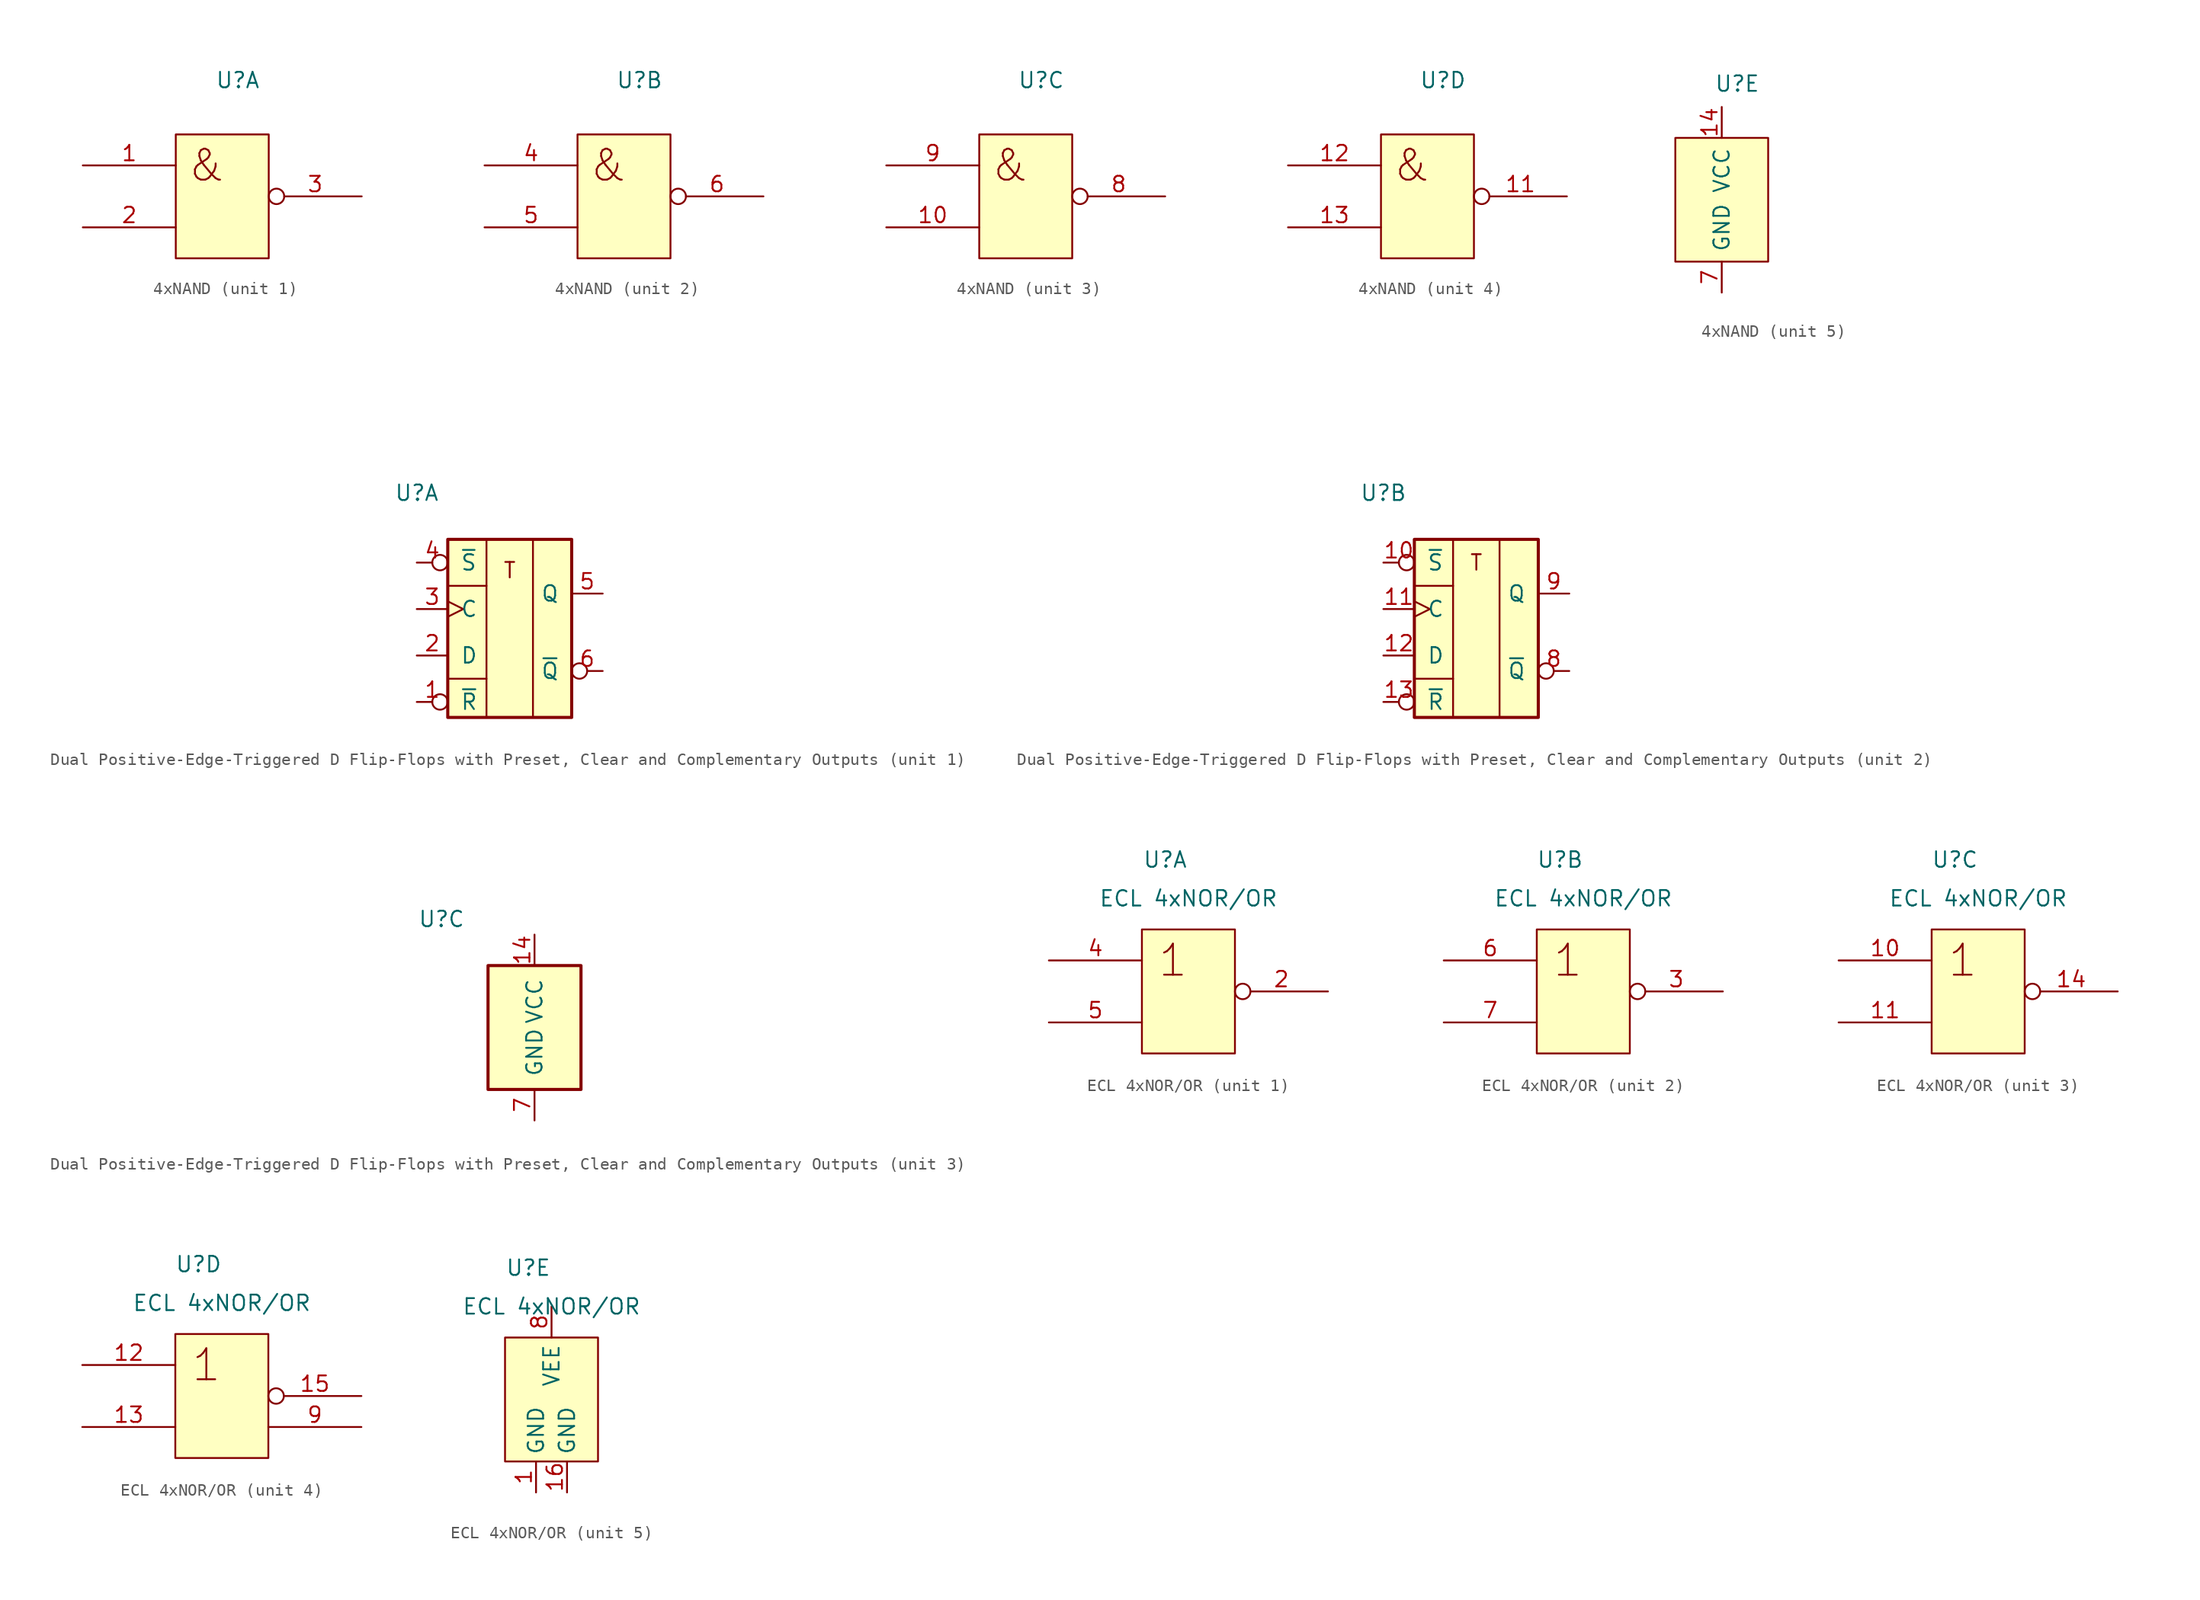
<source format=kicad_sym>
(kicad_symbol_lib
  (version 20220914)
  (generator kicad_symbol_editor)
  (symbol "4xNAND"
    (pin_names
      (offset 0.762))
    (property "Reference" "U"
      (at 1.27 9.525 0)
      (effects (font (size 1.27 1.27))))
    (property "Value" ""
      (at 12.065 10.16 0)
      (effects (font (size 1.27 1.27))))
    (symbol "4xNAND_0_1"
      (rectangle (start -3.81 5.08) (end 3.81 -5.08) (stroke (width 0) (type default)) (fill (type background))))
    (symbol "4xNAND_1_0"
      (text "&" (at -1.27 2.54 0) (effects (font (size 2.54 2.54)))))
    (symbol "4xNAND_1_1"
      (pin input line (at -11.43 2.54 0) (length 7.62) (name "~" (effects (font (size 1.27 1.27)))) (number "1" (effects (font (size 1.27 1.27)))))
      (pin input line (at -11.43 -2.54 0) (length 7.62) (name "~" (effects (font (size 1.27 1.27)))) (number "2" (effects (font (size 1.27 1.27)))))
      (pin output inverted (at 11.43 0 180) (length 7.62) (name "~" (effects (font (size 1.27 1.27)))) (number "3" (effects (font (size 1.27 1.27))))))
    (symbol "4xNAND_2_0"
      (text "&" (at -1.27 2.54 0) (effects (font (size 2.54 2.54)))))
    (symbol "4xNAND_2_1"
      (pin input line (at -11.43 2.54 0) (length 7.62) (name "~" (effects (font (size 1.27 1.27)))) (number "4" (effects (font (size 1.27 1.27)))))
      (pin input line (at -11.43 -2.54 0) (length 7.62) (name "~" (effects (font (size 1.27 1.27)))) (number "5" (effects (font (size 1.27 1.27)))))
      (pin output inverted (at 11.43 0 180) (length 7.62) (name "~" (effects (font (size 1.27 1.27)))) (number "6" (effects (font (size 1.27 1.27))))))
    (symbol "4xNAND_3_0"
      (text "&" (at -1.27 2.54 0) (effects (font (size 2.54 2.54)))))
    (symbol "4xNAND_3_1"
      (pin input line (at -11.43 -2.54 0) (length 7.62) (name "~" (effects (font (size 1.27 1.27)))) (number "10" (effects (font (size 1.27 1.27)))))
      (pin output inverted (at 11.43 0 180) (length 7.62) (name "~" (effects (font (size 1.27 1.27)))) (number "8" (effects (font (size 1.27 1.27)))))
      (pin input line (at -11.43 2.54 0) (length 7.62) (name "~" (effects (font (size 1.27 1.27)))) (number "9" (effects (font (size 1.27 1.27))))))
    (symbol "4xNAND_4_0"
      (text "&" (at -1.27 2.54 0) (effects (font (size 2.54 2.54)))))
    (symbol "4xNAND_4_1"
      (pin output inverted (at 11.43 0 180) (length 7.62) (name "~" (effects (font (size 1.27 1.27)))) (number "11" (effects (font (size 1.27 1.27)))))
      (pin input line (at -11.43 2.54 0) (length 7.62) (name "~" (effects (font (size 1.27 1.27)))) (number "12" (effects (font (size 1.27 1.27)))))
      (pin input line (at -11.43 -2.54 0) (length 7.62) (name "~" (effects (font (size 1.27 1.27)))) (number "13" (effects (font (size 1.27 1.27))))))
    (symbol "4xNAND_5_0"
      (pin power_in line (at 0 7.62 270) (length 2.54) (name "VCC" (effects (font (size 1.27 1.27)))) (number "14" (effects (font (size 1.27 1.27)))))
      (pin power_in line (at 0 -7.62 90) (length 2.54) (name "GND" (effects (font (size 1.27 1.27)))) (number "7" (effects (font (size 1.27 1.27)))))))
  (symbol "Dual Positive-Edge-Triggered D Flip-Flops with Preset, Clear and Complementary Outputs"
    (pin_names
      (offset 1.016))
    (property "Reference" "U"
      (at -7.62 8.89 0)
      (effects (font (size 1.27 1.27))))
    (property "Value" ""
      (at -7.62 13.97 0)
      (effects (font (size 1.27 1.27))))
    (property "ki_locked" ""
      (at 0 0 0)
      (effects (font (size 1.27 1.27))))
    (symbol "Dual Positive-Edge-Triggered D Flip-Flops with Preset, Clear and Complementary Outputs_1_0"
      (text "T" (at 0 2.54 0) (effects (font (size 1.27 1.27))))
      (pin input inverted (at -7.62 -8.255 0) (length 2.54) (name "~{R}" (effects (font (size 1.27 1.27)))) (number "1" (effects (font (size 1.27 1.27)))))
      (pin input line (at -7.62 -4.445 0) (length 2.54) (name "D" (effects (font (size 1.27 1.27)))) (number "2" (effects (font (size 1.27 1.27)))))
      (pin input clock (at -7.62 -0.635 0) (length 2.54) (name "C" (effects (font (size 1.27 1.27)))) (number "3" (effects (font (size 1.27 1.27)))))
      (pin input inverted (at -7.62 3.175 0) (length 2.54) (name "~{S}" (effects (font (size 1.27 1.27)))) (number "4" (effects (font (size 1.27 1.27)))))
      (pin output line (at 7.62 0.635 180) (length 2.54) (name "Q" (effects (font (size 1.27 1.27)))) (number "5" (effects (font (size 1.27 1.27)))))
      (pin output inverted (at 7.62 -5.715 180) (length 2.54) (name "~{Q}" (effects (font (size 1.27 1.27)))) (number "6" (effects (font (size 1.27 1.27))))))
    (symbol "Dual Positive-Edge-Triggered D Flip-Flops with Preset, Clear and Complementary Outputs_1_1"
      (rectangle (start -5.08 5.08) (end 5.08 -9.525) (stroke (width 0.254) (type default)) (fill (type background)))
      (polyline (pts (xy -5.08 -6.35) (xy -1.905 -6.35)) (stroke (width 0.152) (type default)) (fill (type none)))
      (polyline (pts (xy -5.08 1.27) (xy -1.905 1.27)) (stroke (width 0.152) (type default)) (fill (type none)))
      (polyline (pts (xy -1.905 5.08) (xy -1.905 -9.525)) (stroke (width 0.152) (type default)) (fill (type none)))
      (polyline (pts (xy 1.905 -9.525) (xy 1.905 5.08)) (stroke (width 0.152) (type default)) (fill (type none))))
    (symbol "Dual Positive-Edge-Triggered D Flip-Flops with Preset, Clear and Complementary Outputs_2_0"
      (text "T" (at 0 3.175 0) (effects (font (size 1.27 1.27))))
      (pin input inverted (at -7.62 3.175 0) (length 2.54) (name "~{S}" (effects (font (size 1.27 1.27)))) (number "10" (effects (font (size 1.27 1.27)))))
      (pin input clock (at -7.62 -0.635 0) (length 2.54) (name "C" (effects (font (size 1.27 1.27)))) (number "11" (effects (font (size 1.27 1.27)))))
      (pin input line (at -7.62 -4.445 0) (length 2.54) (name "D" (effects (font (size 1.27 1.27)))) (number "12" (effects (font (size 1.27 1.27)))))
      (pin input inverted (at -7.62 -8.255 0) (length 2.54) (name "~{R}" (effects (font (size 1.27 1.27)))) (number "13" (effects (font (size 1.27 1.27)))))
      (pin output inverted (at 7.62 -5.715 180) (length 2.54) (name "~{Q}" (effects (font (size 1.27 1.27)))) (number "8" (effects (font (size 1.27 1.27)))))
      (pin output line (at 7.62 0.635 180) (length 2.54) (name "Q" (effects (font (size 1.27 1.27)))) (number "9" (effects (font (size 1.27 1.27))))))
    (symbol "Dual Positive-Edge-Triggered D Flip-Flops with Preset, Clear and Complementary Outputs_2_1"
      (rectangle (start -5.08 5.08) (end 5.08 -9.525) (stroke (width 0.254) (type default)) (fill (type background)))
      (polyline (pts (xy -5.08 -6.35) (xy -1.905 -6.35)) (stroke (width 0.152) (type default)) (fill (type none)))
      (polyline (pts (xy -5.08 1.27) (xy -1.905 1.27)) (stroke (width 0.152) (type default)) (fill (type none)))
      (polyline (pts (xy -1.905 5.08) (xy -1.905 -9.525)) (stroke (width 0.152) (type default)) (fill (type none)))
      (polyline (pts (xy 1.905 -9.525) (xy 1.905 5.08)) (stroke (width 0.152) (type default)) (fill (type none))))
    (symbol "Dual Positive-Edge-Triggered D Flip-Flops with Preset, Clear and Complementary Outputs_3_0"
      (pin power_in line (at 0 7.62 270) (length 2.54) (name "VCC" (effects (font (size 1.27 1.27)))) (number "14" (effects (font (size 1.27 1.27)))))
      (pin power_in line (at 0 -7.62 90) (length 2.54) (name "GND" (effects (font (size 1.27 1.27)))) (number "7" (effects (font (size 1.27 1.27))))))
    (symbol "Dual Positive-Edge-Triggered D Flip-Flops with Preset, Clear and Complementary Outputs_3_1"
      (rectangle (start -3.81 5.08) (end 3.81 -5.08) (stroke (width 0.254) (type default)) (fill (type background)))))
  (symbol "ECL 4xNOR/OR"
    (property "Reference" "U"
      (at -1.905 10.795 0)
      (effects (font (size 1.27 1.27))))
    (property "Value" "ECL 4xNOR/OR"
      (at 0 7.62 0)
      (effects (font (size 1.27 1.27))))
    (symbol "ECL 4xNOR/OR_0_1"
      (rectangle (start -3.81 5.08) (end 3.81 -5.08) (stroke (width 0) (type default)) (fill (type background))))
    (symbol "ECL 4xNOR/OR_1_0"
      (text "1" (at -1.27 2.54 0) (effects (font (size 2.54 2.54)))))
    (symbol "ECL 4xNOR/OR_1_1"
      (pin output inverted (at 11.43 0 180) (length 7.62) (name "~" (effects (font (size 1.27 1.27)))) (number "2" (effects (font (size 1.27 1.27)))))
      (pin input line (at -11.43 2.54 0) (length 7.62) (name "~" (effects (font (size 1.27 1.27)))) (number "4" (effects (font (size 1.27 1.27)))))
      (pin input line (at -11.43 -2.54 0) (length 7.62) (name "~" (effects (font (size 1.27 1.27)))) (number "5" (effects (font (size 1.27 1.27))))))
    (symbol "ECL 4xNOR/OR_2_0"
      (text "1" (at -1.27 2.54 0) (effects (font (size 2.54 2.54)))))
    (symbol "ECL 4xNOR/OR_2_1"
      (pin output inverted (at 11.43 0 180) (length 7.62) (name "~" (effects (font (size 1.27 1.27)))) (number "3" (effects (font (size 1.27 1.27)))))
      (pin input line (at -11.43 2.54 0) (length 7.62) (name "~" (effects (font (size 1.27 1.27)))) (number "6" (effects (font (size 1.27 1.27)))))
      (pin input line (at -11.43 -2.54 0) (length 7.62) (name "~" (effects (font (size 1.27 1.27)))) (number "7" (effects (font (size 1.27 1.27))))))
    (symbol "ECL 4xNOR/OR_3_0"
      (text "1" (at -1.27 2.54 0) (effects (font (size 2.54 2.54)))))
    (symbol "ECL 4xNOR/OR_3_1"
      (pin input line (at -11.43 2.54 0) (length 7.62) (name "~" (effects (font (size 1.27 1.27)))) (number "10" (effects (font (size 1.27 1.27)))))
      (pin input line (at -11.43 -2.54 0) (length 7.62) (name "~" (effects (font (size 1.27 1.27)))) (number "11" (effects (font (size 1.27 1.27)))))
      (pin output inverted (at 11.43 0 180) (length 7.62) (name "~" (effects (font (size 1.27 1.27)))) (number "14" (effects (font (size 1.27 1.27))))))
    (symbol "ECL 4xNOR/OR_4_0"
      (text "1" (at -1.27 2.54 0) (effects (font (size 2.54 2.54)))))
    (symbol "ECL 4xNOR/OR_4_1"
      (pin input line (at -11.43 2.54 0) (length 7.62) (name "~" (effects (font (size 1.27 1.27)))) (number "12" (effects (font (size 1.27 1.27)))))
      (pin input line (at -11.43 -2.54 0) (length 7.62) (name "~" (effects (font (size 1.27 1.27)))) (number "13" (effects (font (size 1.27 1.27)))))
      (pin output inverted (at 11.43 0 180) (length 7.62) (name "~" (effects (font (size 1.27 1.27)))) (number "15" (effects (font (size 1.27 1.27)))))
      (pin output line (at 11.43 -2.54 180) (length 7.62) (name "~" (effects (font (size 1.27 1.27)))) (number "9" (effects (font (size 1.27 1.27))))))
    (symbol "ECL 4xNOR/OR_5_0"
      (pin power_in line (at -1.27 -7.62 90) (length 2.54) (name "GND" (effects (font (size 1.27 1.27)))) (number "1" (effects (font (size 1.27 1.27)))))
      (pin power_in line (at 1.27 -7.62 90) (length 2.54) (name "GND" (effects (font (size 1.27 1.27)))) (number "16" (effects (font (size 1.27 1.27)))))
      (pin power_in line (at 0 7.62 270) (length 2.54) (name "VEE" (effects (font (size 1.27 1.27)))) (number "8" (effects (font (size 1.27 1.27))))))))
</source>
